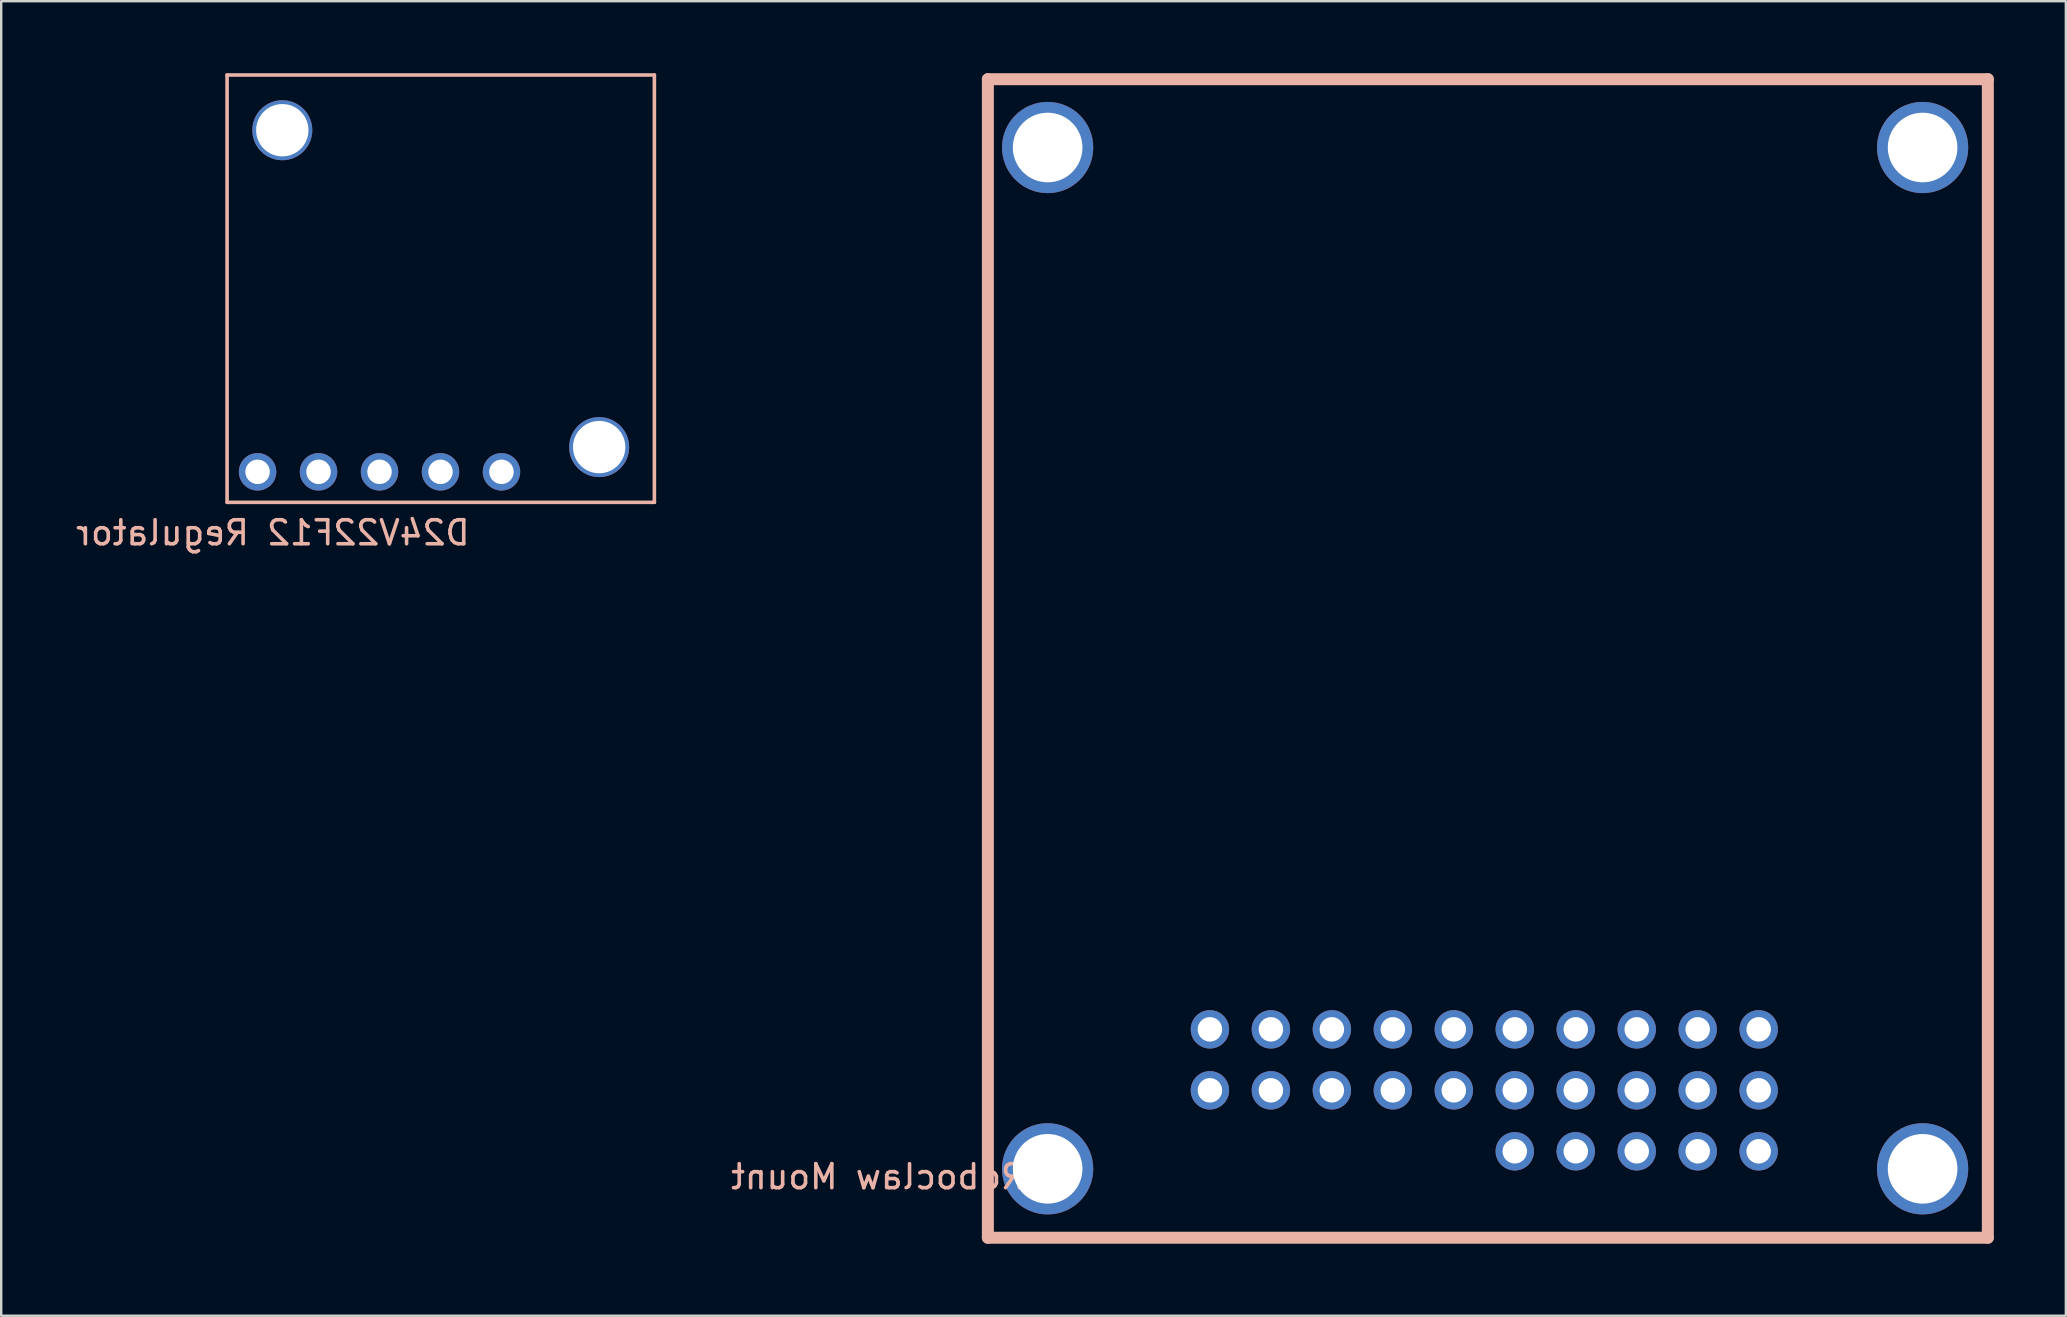
<source format=kicad_pcb>
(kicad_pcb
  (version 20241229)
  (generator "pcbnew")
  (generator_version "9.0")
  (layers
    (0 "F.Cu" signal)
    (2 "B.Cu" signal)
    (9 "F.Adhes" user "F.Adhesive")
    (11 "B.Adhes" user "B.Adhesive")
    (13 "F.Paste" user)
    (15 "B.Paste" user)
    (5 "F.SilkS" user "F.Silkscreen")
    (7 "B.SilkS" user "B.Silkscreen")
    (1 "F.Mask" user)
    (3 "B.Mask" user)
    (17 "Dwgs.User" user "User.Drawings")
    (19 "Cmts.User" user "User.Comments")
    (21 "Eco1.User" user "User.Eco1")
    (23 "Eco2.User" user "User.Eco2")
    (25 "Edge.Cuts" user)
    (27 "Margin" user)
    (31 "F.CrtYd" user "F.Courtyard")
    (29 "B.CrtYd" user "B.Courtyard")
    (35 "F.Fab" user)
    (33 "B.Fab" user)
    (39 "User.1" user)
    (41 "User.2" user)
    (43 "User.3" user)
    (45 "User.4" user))
  (footprint "D24V22F12 Regulator"
    (layer "F.Cu")
    (at 7.68 16.605)
    (property "Reference" "D24V22F12 Regulator" (at 0.635 2.54 0) (layer "B.SilkS") (effects (font (size 1 1) (thickness 0.15)) (justify mirror)))
    (attr through_hole)
    (fp_line (start -1.27 -16.53) (end -1.27 1.27) (stroke (width 0.15) (type solid)) (layer "B.SilkS"))
    (fp_line (start 16.53 -16.53) (end -1.27 -16.53) (stroke (width 0.15) (type solid)) (layer "B.SilkS"))
    (fp_line (start 16.53 1.27) (end -1.27 1.27) (stroke (width 0.15) (type solid)) (layer "B.SilkS"))
    (fp_line (start 16.53 1.27) (end 16.53 -16.53) (stroke (width 0.15) (type solid)) (layer "B.SilkS"))
    (pad "" np_thru_hole circle (at 1.03 -14.23) (size 2.5 2.5) (drill 2.18) (layers "*.Cu" "*.Mask"))
    (pad "" np_thru_hole circle (at 14.23 -1.03) (size 2.5 2.5) (drill 2.18) (layers "*.Cu" "*.Mask"))
    (pad "1" thru_hole circle (at 0 0) (size 1.56 1.56) (drill 1.02) (layers "*.Cu" "*.Mask"))
    (pad "2" thru_hole circle (at 2.54 0) (size 1.56 1.56) (drill 1.02) (layers "*.Cu" "*.Mask"))
    (pad "3" thru_hole circle (at 5.08 0) (size 1.56 1.56) (drill 1.02) (layers "*.Cu" "*.Mask"))
    (pad "4" thru_hole circle (at 7.62 0) (size 1.56 1.56) (drill 1.02) (layers "*.Cu" "*.Mask"))
    (pad "5" thru_hole circle (at 10.16 0) (size 1.56 1.56) (drill 1.02) (layers "*.Cu" "*.Mask")))
  (footprint "Roboclaw Mount"
    (layer "F.Cu")
    (at 40.592 45.64)
    (property "Reference" "Roboclaw Mount" (at -7.062 0.33 0) (layer "B.SilkS") (effects (font (size 1 1) (thickness 0.15)) (justify mirror)))
    (attr through_hole)
    (fp_line (start -2.49 -45.39) (end -2.49 2.87) (stroke (width 0.5) (type solid)) (layer "B.SilkS"))
    (fp_line (start -2.49 2.87) (end 39.166 2.87) (stroke (width 0.5) (type solid)) (layer "B.SilkS"))
    (fp_line (start 39.166 -45.39) (end -2.49 -45.39) (stroke (width 0.5) (type solid)) (layer "B.SilkS"))
    (fp_line (start 39.166 2.87) (end 39.166 -45.39) (stroke (width 0.5) (type solid)) (layer "B.SilkS"))
    (pad "" np_thru_hole circle (at 0 -42.545) (size 3.8 3.8) (drill 2.9) (layers "*.Cu" "*.Mask"))
    (pad "" np_thru_hole circle (at 0 0) (size 3.8 3.8) (drill 2.9) (layers "*.Cu" "*.Mask"))
    (pad "" np_thru_hole circle (at 36.449 -42.545) (size 3.8 3.8) (drill 2.9) (layers "*.Cu" "*.Mask"))
    (pad "" np_thru_hole circle (at 36.449 0) (size 3.8 3.8) (drill 2.9) (layers "*.Cu" "*.Mask"))
    (pad "1" thru_hole circle (at 6.76 -3.27) (size 1.6 1.6) (drill 1.02) (layers "*.Cu" "*.Mask"))
    (pad "2" thru_hole circle (at 6.76 -5.81) (size 1.6 1.6) (drill 1.02) (layers "*.Cu" "*.Mask"))
    (pad "3" thru_hole circle (at 9.3 -3.27) (size 1.6 1.6) (drill 1.02) (layers "*.Cu" "*.Mask"))
    (pad "4" thru_hole circle (at 9.3 -5.81) (size 1.6 1.6) (drill 1.02) (layers "*.Cu" "*.Mask"))
    (pad "5" thru_hole circle (at 11.84 -3.27) (size 1.6 1.6) (drill 1.02) (layers "*.Cu" "*.Mask"))
    (pad "6" thru_hole circle (at 11.84 -5.81) (size 1.6 1.6) (drill 1.02) (layers "*.Cu" "*.Mask"))
    (pad "7" thru_hole circle (at 14.38 -3.27) (size 1.6 1.6) (drill 1.02) (layers "*.Cu" "*.Mask"))
    (pad "8" thru_hole circle (at 14.38 -5.81) (size 1.6 1.6) (drill 1.02) (layers "*.Cu" "*.Mask"))
    (pad "9" thru_hole circle (at 16.92 -3.27) (size 1.6 1.6) (drill 1.02) (layers "*.Cu" "*.Mask"))
    (pad "10" thru_hole circle (at 16.92 -5.81) (size 1.6 1.6) (drill 1.02) (layers "*.Cu" "*.Mask"))
    (pad "11" thru_hole circle (at 19.46 -3.27) (size 1.6 1.6) (drill 1.02) (layers "*.Cu" "*.Mask"))
    (pad "12" thru_hole circle (at 19.46 -5.81) (size 1.6 1.6) (drill 1.02) (layers "*.Cu" "*.Mask"))
    (pad "13" thru_hole circle (at 22 -3.27) (size 1.6 1.6) (drill 1.02) (layers "*.Cu" "*.Mask"))
    (pad "14" thru_hole circle (at 22 -5.81) (size 1.6 1.6) (drill 1.02) (layers "*.Cu" "*.Mask"))
    (pad "15" thru_hole circle (at 24.54 -3.27) (size 1.6 1.6) (drill 1.02) (layers "*.Cu" "*.Mask"))
    (pad "16" thru_hole circle (at 24.54 -5.81) (size 1.6 1.6) (drill 1.02) (layers "*.Cu" "*.Mask"))
    (pad "17" thru_hole circle (at 27.08 -3.27) (size 1.6 1.6) (drill 1.02) (layers "*.Cu" "*.Mask"))
    (pad "18" thru_hole circle (at 27.08 -5.81) (size 1.6 1.6) (drill 1.02) (layers "*.Cu" "*.Mask"))
    (pad "19" thru_hole circle (at 29.62 -3.27) (size 1.6 1.6) (drill 1.02) (layers "*.Cu" "*.Mask"))
    (pad "20" thru_hole circle (at 29.62 -5.81) (size 1.6 1.6) (drill 1.02) (layers "*.Cu" "*.Mask"))
    (pad "21" thru_hole circle (at 19.46 -0.73) (size 1.6 1.6) (drill 1.02) (layers "*.Cu" "*.Mask"))
    (pad "22" thru_hole circle (at 22 -0.73) (size 1.6 1.6) (drill 1.02) (layers "*.Cu" "*.Mask"))
    (pad "23" thru_hole circle (at 24.54 -0.73) (size 1.6 1.6) (drill 1.02) (layers "*.Cu" "*.Mask"))
    (pad "24" thru_hole circle (at 27.08 -0.73) (size 1.6 1.6) (drill 1.02) (layers "*.Cu" "*.Mask"))
    (pad "25" thru_hole circle (at 29.62 -0.73) (size 1.6 1.6) (drill 1.02) (layers "*.Cu" "*.Mask")))
  (gr_rect
    (start -3 -3)
    (end 83.008 51.76)
    (stroke (width 0.1) (type default))
    (fill no)
    (layer "Edge.Cuts")))
</source>
